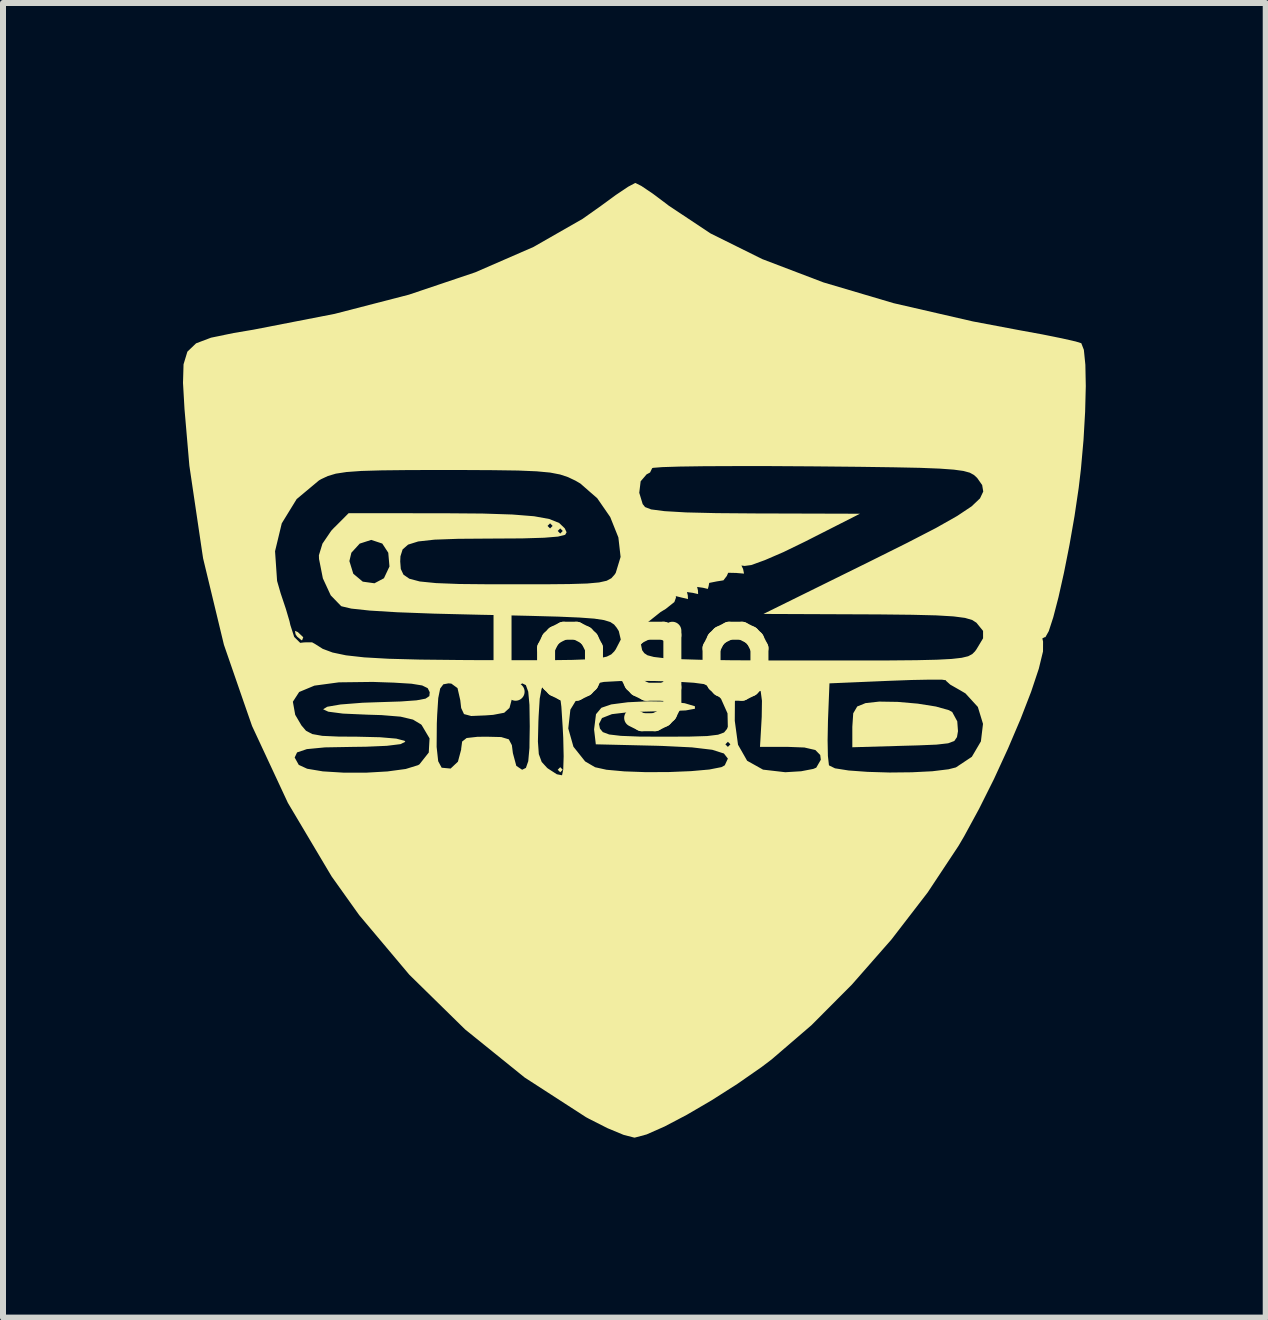
<source format=kicad_pcb>
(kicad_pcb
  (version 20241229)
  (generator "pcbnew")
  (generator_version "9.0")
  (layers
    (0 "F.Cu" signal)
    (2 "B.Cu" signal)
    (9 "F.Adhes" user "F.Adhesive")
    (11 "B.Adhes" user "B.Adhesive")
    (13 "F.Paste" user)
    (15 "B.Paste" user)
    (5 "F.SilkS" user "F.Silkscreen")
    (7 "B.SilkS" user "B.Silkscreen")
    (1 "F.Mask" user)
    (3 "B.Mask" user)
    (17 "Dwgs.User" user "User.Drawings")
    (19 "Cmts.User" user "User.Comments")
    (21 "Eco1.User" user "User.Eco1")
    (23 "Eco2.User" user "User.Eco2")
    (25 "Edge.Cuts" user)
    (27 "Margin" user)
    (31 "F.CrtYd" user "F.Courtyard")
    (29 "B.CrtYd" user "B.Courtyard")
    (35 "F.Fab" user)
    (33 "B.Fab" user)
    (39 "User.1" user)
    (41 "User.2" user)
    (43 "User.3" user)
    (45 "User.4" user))
  (footprint "logo"
    (layer "F.Cu")
    (at 7.43 7.789)
    (property "Reference" "logo" (at 0 0 0) (layer "F.SilkS") (effects (font (size 1.524 1.524) (thickness 0.3))))
    (attr board_only exclude_from_pos_files exclude_from_bom)
    (fp_poly (pts (xy -1.101 1.99) (xy -1.143 2.032) (xy -1.185 1.99) (xy -1.143 1.947)) (stroke (width 0) (type solid)) (fill yes) (layer "F.SilkS"))
    (fp_poly (pts (xy -5.516 -0.304) (xy -5.426 -0.219) (xy -5.444 -0.17) (xy -5.456 -0.169) (xy -5.528 -0.229) (xy -5.554 -0.267) (xy -5.564 -0.325)) (stroke (width 0) (type solid)) (fill yes) (layer "F.SilkS"))
    (fp_poly (pts (xy 4.481 0.859) (xy 4.815 0.888) (xy 5.118 0.936) (xy 5.335 0.997) (xy 5.39 1.028) (xy 5.474 1.183) (xy 5.486 1.347) (xy 5.469 1.446) (xy 5.425 1.51) (xy 5.322 1.549) (xy 5.129 1.571) (xy 4.814 1.584) (xy 4.593 1.59) (xy 3.725 1.615) (xy 3.725 1.275) (xy 3.74 1.049) (xy 3.807 0.935) (xy 3.946 0.879) (xy 4.173 0.854)) (stroke (width 0) (type solid)) (fill yes) (layer "F.SilkS"))
    (fp_poly (pts (xy 0.209 -7.74) (xy 0.399 -7.612) (xy 0.642 -7.43) (xy 0.663 -7.413) (xy 1.363 -6.948) (xy 2.224 -6.521) (xy 3.242 -6.133) (xy 4.414 -5.786) (xy 5.735 -5.482) (xy 6.503 -5.337) (xy 6.891 -5.266) (xy 7.218 -5.2) (xy 7.447 -5.148) (xy 7.541 -5.119) (xy 7.584 -5.008) (xy 7.609 -4.759) (xy 7.616 -4.405) (xy 7.605 -3.977) (xy 7.578 -3.505) (xy 7.535 -3.022) (xy 7.498 -2.709) (xy 7.428 -2.236) (xy 7.344 -1.756) (xy 7.253 -1.297) (xy 7.161 -0.886) (xy 7.074 -0.551) (xy 6.999 -0.32) (xy 6.943 -0.22) (xy 6.93 -0.219) (xy 6.892 -0.199) (xy 6.904 -0.147) (xy 6.903 0.018) (xy 6.833 0.306) (xy 6.705 0.69) (xy 6.53 1.142) (xy 6.32 1.635) (xy 6.086 2.144) (xy 5.838 2.64) (xy 5.589 3.098) (xy 5.494 3.26) (xy 4.98 4.036) (xy 4.377 4.819) (xy 3.719 5.569) (xy 3.043 6.248) (xy 2.381 6.817) (xy 2.215 6.943) (xy 1.807 7.227) (xy 1.38 7.499) (xy 0.966 7.741) (xy 0.595 7.936) (xy 0.296 8.068) (xy 0.102 8.12) (xy 0.088 8.12) (xy -0.087 8.075) (xy -0.354 7.964) (xy -0.66 7.809) (xy -0.714 7.78) (xy -1.736 7.119) (xy -2.728 6.318) (xy -3.658 5.406) (xy -4.494 4.412) (xy -4.953 3.768) (xy -5.682 2.542) (xy -6.279 1.261) (xy -6.42 0.856) (xy -5.599 0.856) (xy -5.56 1.074) (xy -5.456 1.251) (xy -5.38 1.34) (xy -5.276 1.395) (xy -5.108 1.425) (xy -4.839 1.437) (xy -4.525 1.439) (xy -4.147 1.448) (xy -3.876 1.471) (xy -3.738 1.507) (xy -3.725 1.524) (xy -3.806 1.563) (xy -4.033 1.591) (xy -4.382 1.606) (xy -4.609 1.609) (xy -5.064 1.617) (xy -5.366 1.646) (xy -5.529 1.701) (xy -5.569 1.786) (xy -5.501 1.908) (xy -5.5 1.909) (xy -5.361 1.973) (xy -5.099 2.017) (xy -4.758 2.038) (xy -4.385 2.039) (xy -4.023 2.018) (xy -3.718 1.977) (xy -3.514 1.914) (xy -3.49 1.9) (xy -3.334 1.703) (xy -3.329 1.609) (xy -3.203 1.609) (xy -3.177 1.848) (xy -3.119 1.956) (xy -3.118 1.956) (xy -2.97 1.97) (xy -2.848 1.855) (xy -2.794 1.653) (xy -2.794 1.641) (xy -2.778 1.52) (xy -2.703 1.461) (xy -2.524 1.441) (xy -2.376 1.439) (xy -2.127 1.445) (xy -2 1.483) (xy -1.949 1.58) (xy -1.932 1.714) (xy -1.875 1.925) (xy -1.778 1.99) (xy -1.715 1.959) (xy -1.676 1.847) (xy -1.656 1.625) (xy -1.655 1.519) (xy -1.515 1.519) (xy -1.5 1.729) (xy -1.452 1.86) (xy -1.364 1.956) (xy -1.35 1.968) (xy -1.2 2.065) (xy -1.113 2.082) (xy -1.093 1.988) (xy -1.086 1.766) (xy -1.093 1.455) (xy -1.101 1.302) (xy -1.009 1.302) (xy -0.923 1.606) (xy -0.728 1.851) (xy -0.562 1.948) (xy -0.372 1.99) (xy -0.075 2.017) (xy 0.287 2.03) (xy 0.671 2.028) (xy 1.036 2.013) (xy 1.341 1.986) (xy 1.544 1.946) (xy 1.599 1.916) (xy 1.651 1.804) (xy 1.585 1.719) (xy 1.39 1.657) (xy 1.052 1.617) (xy 0.56 1.593) (xy 0.46 1.59) (xy -0.55 1.566) (xy 1.609 1.566) (xy 1.651 1.609) (xy 1.693 1.566) (xy 1.651 1.524) (xy 1.609 1.566) (xy -0.55 1.566) (xy -0.579 1.317) (xy -0.547 1.064) (xy -0.457 0.957) (xy -0.293 0.901) (xy -0.017 0.865) (xy 0.316 0.849) (xy 0.651 0.854) (xy 0.931 0.881) (xy 1.1 0.931) (xy 1.101 0.931) (xy 1.102 0.973) (xy 0.95 1.001) (xy 0.637 1.014) (xy 0.466 1.016) (xy 0.017 1.028) (xy -0.281 1.063) (xy -0.447 1.128) (xy -0.497 1.227) (xy -0.481 1.304) (xy -0.434 1.362) (xy -0.327 1.402) (xy -0.132 1.425) (xy 0.178 1.437) (xy 0.584 1.439) (xy 1.015 1.437) (xy 1.306 1.428) (xy 1.487 1.406) (xy 1.587 1.369) (xy 1.636 1.31) (xy 1.65 1.274) (xy 1.648 1.174) (xy 1.766 1.174) (xy 1.82 1.573) (xy 1.972 1.84) (xy 2.237 1.988) (xy 2.608 2.031) (xy 2.872 2.015) (xy 3.074 1.976) (xy 3.124 1.955) (xy 3.2 1.823) (xy 3.19 1.744) (xy 3.109 1.661) (xy 2.926 1.619) (xy 2.662 1.609) (xy 2.186 1.609) (xy 2.193 1.499) (xy 3.313 1.499) (xy 3.318 1.761) (xy 3.335 1.911) (xy 3.338 1.918) (xy 3.436 1.966) (xy 3.663 2.002) (xy 3.979 2.025) (xy 4.344 2.036) (xy 4.717 2.032) (xy 5.058 2.015) (xy 5.328 1.982) (xy 5.451 1.951) (xy 5.717 1.774) (xy 5.868 1.517) (xy 5.903 1.225) (xy 5.817 0.943) (xy 5.61 0.717) (xy 5.527 0.668) (xy 5.357 0.571) (xy 5.285 0.506) (xy 5.287 0.499) (xy 5.222 0.489) (xy 5.019 0.488) (xy 4.71 0.494) (xy 4.332 0.508) (xy 3.344 0.55) (xy 3.319 1.177) (xy 3.313 1.499) (xy 2.193 1.499) (xy 2.215 1.109) (xy 2.219 0.84) (xy 2.198 0.682) (xy 2.166 0.657) (xy 2.123 0.638) (xy 2.138 0.574) (xy 2.14 0.48) (xy 2.024 0.485) (xy 1.883 0.544) (xy 1.802 0.653) (xy 1.768 0.853) (xy 1.766 1.174) (xy 1.648 1.174) (xy 1.645 1.05) (xy 1.537 0.808) (xy 1.366 0.619) (xy 1.252 0.562) (xy 1.085 0.54) (xy 0.797 0.522) (xy 0.437 0.511) (xy 0.229 0.509) (xy -0.158 0.512) (xy -0.416 0.526) (xy -0.585 0.561) (xy -0.704 0.623) (xy -0.808 0.716) (xy -0.974 0.988) (xy -1.009 1.302) (xy -1.101 1.302) (xy -1.101 1.299) (xy -1.124 0.94) (xy -1.152 0.718) (xy -1.193 0.601) (xy -1.256 0.556) (xy -1.312 0.55) (xy -1.4 0.567) (xy -1.454 0.64) (xy -1.485 0.805) (xy -1.503 1.096) (xy -1.507 1.185) (xy -1.515 1.519) (xy -1.655 1.519) (xy -1.651 1.27) (xy -1.656 0.91) (xy -1.676 0.689) (xy -1.716 0.579) (xy -1.777 0.55) (xy -1.884 0.626) (xy -1.947 0.804) (xy -1.989 0.96) (xy -2.077 1.04) (xy -2.262 1.075) (xy -2.387 1.084) (xy -2.627 1.094) (xy -2.747 1.062) (xy -2.794 0.961) (xy -2.809 0.83) (xy -2.855 0.629) (xy -2.958 0.554) (xy -3.006 0.55) (xy -3.091 0.566) (xy -3.144 0.636) (xy -3.176 0.795) (xy -3.194 1.076) (xy -3.2 1.22) (xy -3.203 1.609) (xy -3.329 1.609) (xy -3.321 1.467) (xy -3.453 1.244) (xy -3.465 1.233) (xy -3.597 1.154) (xy -3.804 1.105) (xy -4.122 1.079) (xy -4.354 1.072) (xy -4.764 1.054) (xy -5.009 1.022) (xy -5.095 0.982) (xy -5.026 0.94) (xy -4.805 0.902) (xy -4.436 0.873) (xy -4.207 0.865) (xy -3.801 0.852) (xy -3.538 0.833) (xy -3.388 0.805) (xy -3.324 0.762) (xy -3.318 0.697) (xy -3.319 0.696) (xy -3.352 0.63) (xy -3.444 0.585) (xy -3.622 0.556) (xy -3.916 0.538) (xy -4.266 0.526) (xy -4.832 0.533) (xy -5.24 0.588) (xy -5.494 0.694) (xy -5.599 0.856) (xy -6.42 0.856) (xy -6.748 -0.093) (xy -7.095 -1.533) (xy -7.113 -1.652) (xy -5.896 -1.652) (xy -5.862 -1.157) (xy -5.803 -0.952) (xy -5.716 -0.692) (xy -5.655 -0.485) (xy -5.641 -0.422) (xy -5.577 -0.224) (xy -5.477 -0.125) (xy -5.409 -0.133) (xy -5.279 -0.134) (xy -5.224 -0.103) (xy -5.101 -0.025) (xy -4.937 0.036) (xy -4.713 0.083) (xy -4.408 0.117) (xy -4.003 0.14) (xy -3.477 0.154) (xy -2.811 0.161) (xy -2.481 0.163) (xy -1.826 0.164) (xy -1.32 0.164) (xy -0.941 0.159) (xy -0.67 0.149) (xy -0.485 0.131) (xy -0.366 0.104) (xy -0.292 0.067) (xy -0.243 0.018) (xy -0.218 -0.017) (xy -0.134 -0.18) (xy -0.167 -0.321) (xy -0.202 -0.377) (xy -0.245 -0.43) (xy -0.308 -0.472) (xy -0.412 -0.504) (xy -0.577 -0.529) (xy -0.824 -0.547) (xy -1.173 -0.562) (xy -1.644 -0.575) (xy -2.258 -0.589) (xy -2.466 -0.593) (xy -3.244 -0.612) (xy -3.86 -0.635) (xy -4.318 -0.663) (xy -4.625 -0.696) (xy -4.786 -0.734) (xy -4.796 -0.739) (xy -4.968 -0.917) (xy -5.099 -1.2) (xy -5.156 -1.488) (xy -4.657 -1.488) (xy -4.592 -1.277) (xy -4.434 -1.145) (xy -4.239 -1.118) (xy -4.081 -1.202) (xy -3.989 -1.398) (xy -4.009 -1.627) (xy -4.109 -1.78) (xy -4.293 -1.841) (xy -4.485 -1.779) (xy -4.624 -1.627) (xy -4.657 -1.488) (xy -5.156 -1.488) (xy -5.163 -1.522) (xy -5.165 -1.585) (xy -5.106 -1.778) (xy -4.962 -1.99) (xy -1.185 -1.99) (xy -1.143 -1.947) (xy -1.101 -1.99) (xy -1.143 -2.032) (xy -1.185 -1.99) (xy -4.962 -1.99) (xy -4.958 -1.995) (xy -4.917 -2.039) (xy -4.881 -2.074) (xy -1.355 -2.074) (xy -1.312 -2.032) (xy -1.27 -2.074) (xy -1.312 -2.117) (xy -1.355 -2.074) (xy -4.881 -2.074) (xy -4.67 -2.286) (xy -3.076 -2.285) (xy -2.434 -2.28) (xy -1.941 -2.264) (xy -1.578 -2.235) (xy -1.325 -2.189) (xy -1.161 -2.123) (xy -1.068 -2.034) (xy -1.037 -1.968) (xy -1.061 -1.926) (xy -1.18 -1.896) (xy -1.411 -1.877) (xy -1.774 -1.866) (xy -2.286 -1.863) (xy -2.304 -1.863) (xy -2.845 -1.859) (xy -3.239 -1.845) (xy -3.51 -1.815) (xy -3.679 -1.762) (xy -3.77 -1.682) (xy -3.806 -1.568) (xy -3.81 -1.482) (xy -3.8 -1.356) (xy -3.756 -1.262) (xy -3.658 -1.194) (xy -3.484 -1.148) (xy -3.213 -1.121) (xy -2.826 -1.106) (xy -2.3 -1.101) (xy -1.975 -1.101) (xy -1.411 -1.101) (xy -0.992 -1.105) (xy -0.695 -1.114) (xy -0.495 -1.132) (xy -0.369 -1.16) (xy -0.291 -1.202) (xy -0.239 -1.26) (xy -0.218 -1.291) (xy -0.137 -1.557) (xy -0.174 -1.882) (xy -0.31 -2.222) (xy -0.527 -2.536) (xy -0.631 -2.626) (xy 0.174 -2.626) (xy 0.231 -2.438) (xy 0.271 -2.388) (xy 0.372 -2.349) (xy 0.596 -2.32) (xy 0.955 -2.299) (xy 1.46 -2.287) (xy 2.112 -2.282) (xy 3.852 -2.277) (xy 2.938 -1.813) (xy 2.578 -1.638) (xy 2.268 -1.504) (xy 2.041 -1.422) (xy 1.931 -1.407) (xy 1.93 -1.407) (xy 1.877 -1.414) (xy 1.905 -1.354) (xy 1.92 -1.279) (xy 1.801 -1.289) (xy 1.794 -1.29) (xy 1.656 -1.293) (xy 1.633 -1.24) (xy 1.577 -1.167) (xy 1.465 -1.149) (xy 1.34 -1.124) (xy 1.33 -1.071) (xy 1.317 -1.024) (xy 1.237 -1.043) (xy 1.138 -1.057) (xy 1.152 -1.001) (xy 1.155 -0.938) (xy 1.068 -0.958) (xy 0.969 -0.972) (xy 0.983 -0.916) (xy 0.986 -0.855) (xy 0.884 -0.879) (xy 0.783 -0.904) (xy 0.786 -0.879) (xy 0.759 -0.805) (xy 0.617 -0.692) (xy 0.53 -0.639) (xy 0.284 -0.443) (xy 0.177 -0.221) (xy 0.222 -0.003) (xy 0.258 0.047) (xy 0.311 0.082) (xy 0.417 0.11) (xy 0.594 0.131) (xy 0.858 0.147) (xy 1.225 0.158) (xy 1.713 0.165) (xy 2.339 0.168) (xy 3.011 0.169) (xy 3.75 0.169) (xy 4.339 0.168) (xy 4.794 0.164) (xy 5.135 0.156) (xy 5.381 0.143) (xy 5.548 0.124) (xy 5.656 0.098) (xy 5.724 0.062) (xy 5.769 0.017) (xy 5.795 -0.019) (xy 5.904 -0.201) (xy 5.904 -0.324) (xy 5.794 -0.46) (xy 5.723 -0.506) (xy 5.603 -0.541) (xy 5.411 -0.566) (xy 5.124 -0.583) (xy 4.721 -0.593) (xy 4.178 -0.599) (xy 3.952 -0.6) (xy 2.244 -0.607) (xy 4.02 -1.483) (xy 4.64 -1.792) (xy 5.12 -2.04) (xy 5.473 -2.24) (xy 5.713 -2.4) (xy 5.853 -2.533) (xy 5.907 -2.647) (xy 5.889 -2.755) (xy 5.811 -2.866) (xy 5.802 -2.877) (xy 5.752 -2.923) (xy 5.683 -2.961) (xy 5.577 -2.99) (xy 5.416 -3.012) (xy 5.181 -3.029) (xy 4.853 -3.042) (xy 4.415 -3.051) (xy 3.847 -3.059) (xy 3.131 -3.066) (xy 3.003 -3.067) (xy 2.354 -3.071) (xy 1.766 -3.071) (xy 1.257 -3.069) (xy 0.847 -3.063) (xy 0.557 -3.054) (xy 0.406 -3.042) (xy 0.389 -3.036) (xy 0.354 -2.964) (xy 0.296 -2.933) (xy 0.197 -2.817) (xy 0.174 -2.626) (xy -0.631 -2.626) (xy -0.807 -2.78) (xy -0.889 -2.828) (xy -1.013 -2.887) (xy -1.145 -2.931) (xy -1.311 -2.963) (xy -1.536 -2.984) (xy -1.845 -2.997) (xy -2.265 -3.003) (xy -2.819 -3.006) (xy -3.048 -3.006) (xy -3.655 -3.005) (xy -4.117 -3) (xy -4.459 -2.99) (xy -4.706 -2.972) (xy -4.883 -2.945) (xy -5.015 -2.906) (xy -5.126 -2.854) (xy -5.164 -2.832) (xy -5.536 -2.521) (xy -5.784 -2.117) (xy -5.896 -1.652) (xy -7.113 -1.652) (xy -7.324 -3.078) (xy -7.405 -4.022) (xy -7.43 -4.458) (xy -7.421 -4.767) (xy -7.357 -4.978) (xy -7.212 -5.117) (xy -6.963 -5.211) (xy -6.586 -5.289) (xy -6.259 -5.344) (xy -4.903 -5.608) (xy -3.665 -5.928) (xy -2.558 -6.301) (xy -1.589 -6.723) (xy -0.771 -7.191) (xy -0.467 -7.406) (xy -0.214 -7.591) (xy -0.011 -7.727) (xy 0.104 -7.788) (xy 0.111 -7.789)) (stroke (width 0) (type solid)) (fill yes) (layer "F.SilkS")))
  (gr_rect
    (start -3 -3)
    (end 18.045 18.909)
    (stroke (width 0.1) (type default))
    (fill no)
    (layer "Edge.Cuts")))
</source>
